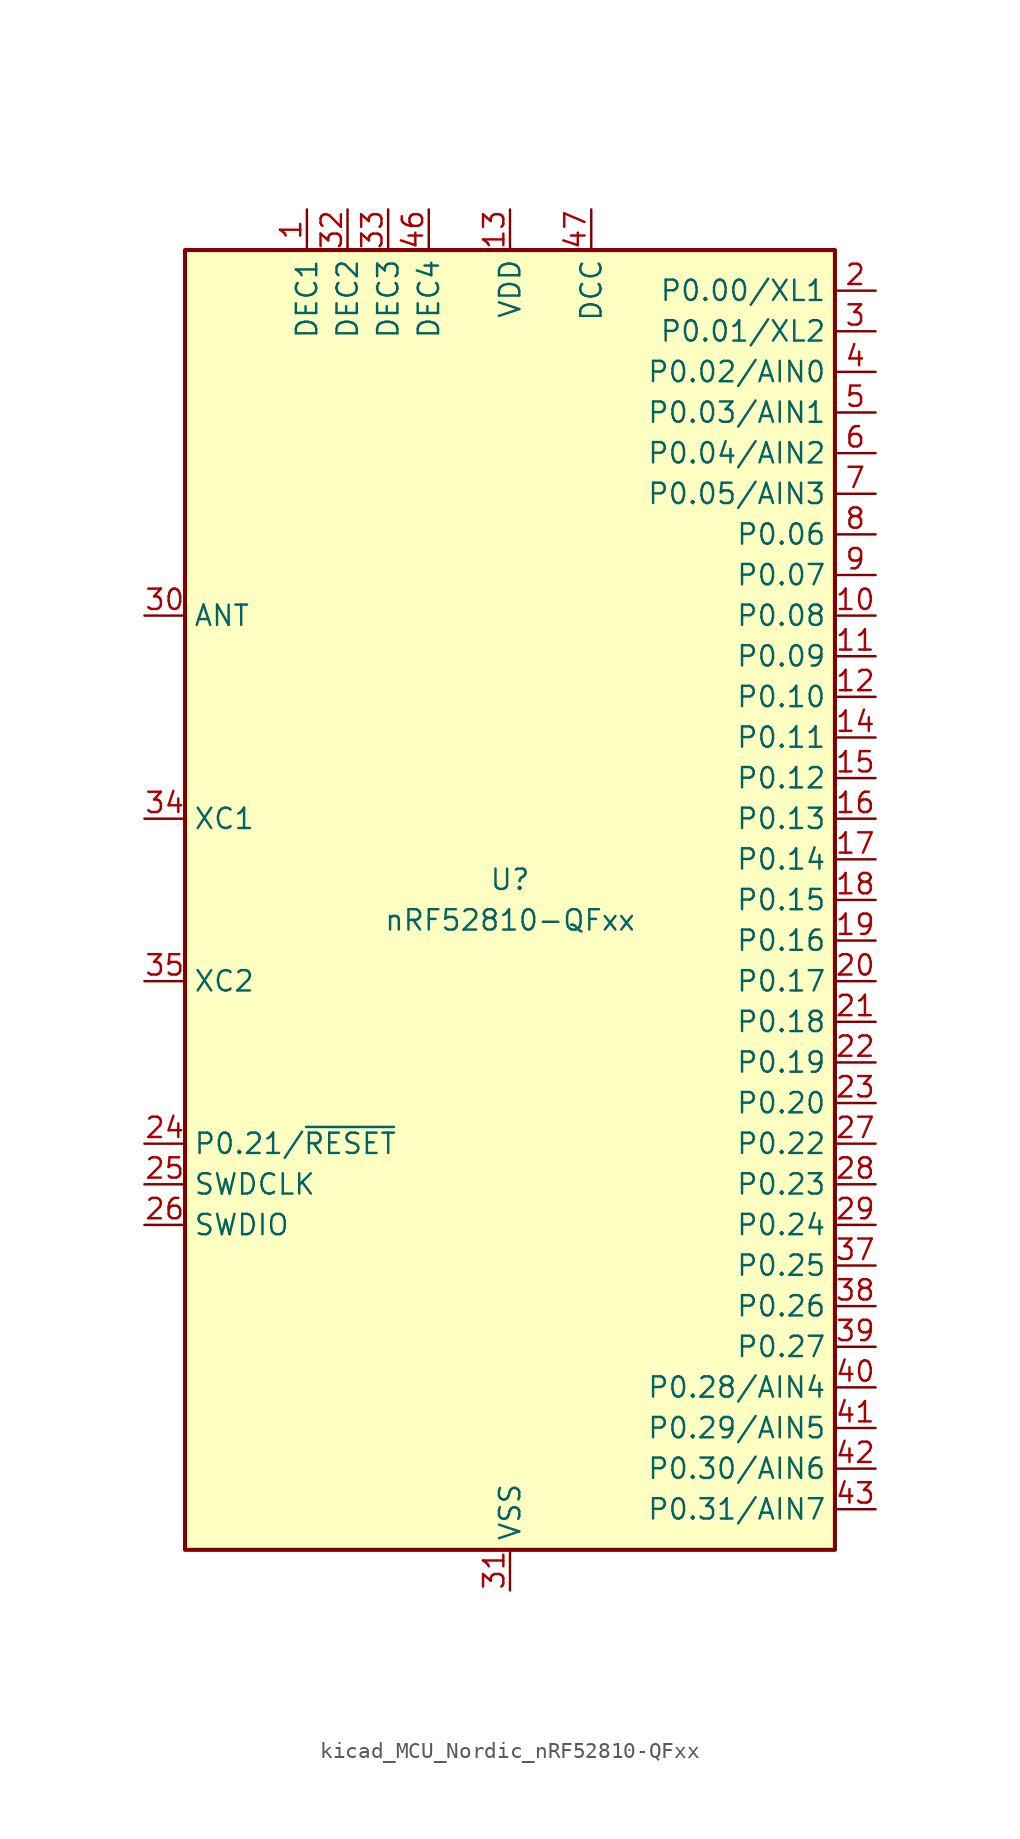
<source format=kicad_sym>
(kicad_symbol_lib
  (version 20220914)
  (generator kicad_symbol_editor)
  (symbol "kicad_MCU_Nordic_nRF52810-QFxx"
    (property "Reference" "U"
      (at 0 1.27 0)
      (effects (font (size 1.27 1.27))))
    (property "Value" "nRF52810-QFxx"
      (at 0 -1.27 0)
      (effects (font (size 1.27 1.27))))
    (symbol "kicad_MCU_Nordic_nRF52810-QFxx_0_1"
      (rectangle (start -20.32 40.64) (end 20.32 -40.64) (stroke (width 0.254) (type default)) (fill (type background))))
    (symbol "kicad_MCU_Nordic_nRF52810-QFxx_1_1"
      (pin passive line (at -12.7 43.18 270) (length 2.54) (name "DEC1" (effects (font (size 1.27 1.27)))) (number "1" (effects (font (size 1.27 1.27)))))
      (pin bidirectional line (at 22.86 17.78 180) (length 2.54) (name "P0.08" (effects (font (size 1.27 1.27)))) (number "10" (effects (font (size 1.27 1.27)))))
      (pin bidirectional line (at 22.86 15.24 180) (length 2.54) (name "P0.09" (effects (font (size 1.27 1.27)))) (number "11" (effects (font (size 1.27 1.27)))))
      (pin bidirectional line (at 22.86 12.7 180) (length 2.54) (name "P0.10" (effects (font (size 1.27 1.27)))) (number "12" (effects (font (size 1.27 1.27)))))
      (pin power_in line (at 0 43.18 270) (length 2.54) (name "VDD" (effects (font (size 1.27 1.27)))) (number "13" (effects (font (size 1.27 1.27)))))
      (pin bidirectional line (at 22.86 10.16 180) (length 2.54) (name "P0.11" (effects (font (size 1.27 1.27)))) (number "14" (effects (font (size 1.27 1.27)))))
      (pin bidirectional line (at 22.86 7.62 180) (length 2.54) (name "P0.12" (effects (font (size 1.27 1.27)))) (number "15" (effects (font (size 1.27 1.27)))))
      (pin bidirectional line (at 22.86 5.08 180) (length 2.54) (name "P0.13" (effects (font (size 1.27 1.27)))) (number "16" (effects (font (size 1.27 1.27)))))
      (pin bidirectional line (at 22.86 2.54 180) (length 2.54) (name "P0.14" (effects (font (size 1.27 1.27)))) (number "17" (effects (font (size 1.27 1.27)))))
      (pin bidirectional line (at 22.86 0 180) (length 2.54) (name "P0.15" (effects (font (size 1.27 1.27)))) (number "18" (effects (font (size 1.27 1.27)))))
      (pin bidirectional line (at 22.86 -2.54 180) (length 2.54) (name "P0.16" (effects (font (size 1.27 1.27)))) (number "19" (effects (font (size 1.27 1.27)))))
      (pin bidirectional line (at 22.86 38.1 180) (length 2.54) (name "P0.00/XL1" (effects (font (size 1.27 1.27)))) (number "2" (effects (font (size 1.27 1.27)))))
      (pin bidirectional line (at 22.86 -5.08 180) (length 2.54) (name "P0.17" (effects (font (size 1.27 1.27)))) (number "20" (effects (font (size 1.27 1.27)))))
      (pin bidirectional line (at 22.86 -7.62 180) (length 2.54) (name "P0.18" (effects (font (size 1.27 1.27)))) (number "21" (effects (font (size 1.27 1.27)))))
      (pin bidirectional line (at 22.86 -10.16 180) (length 2.54) (name "P0.19" (effects (font (size 1.27 1.27)))) (number "22" (effects (font (size 1.27 1.27)))))
      (pin bidirectional line (at 22.86 -12.7 180) (length 2.54) (name "P0.20" (effects (font (size 1.27 1.27)))) (number "23" (effects (font (size 1.27 1.27)))))
      (pin bidirectional line (at -22.86 -15.24 0) (length 2.54) (name "P0.21/~{RESET}" (effects (font (size 1.27 1.27)))) (number "24" (effects (font (size 1.27 1.27)))))
      (pin input line (at -22.86 -17.78 0) (length 2.54) (name "SWDCLK" (effects (font (size 1.27 1.27)))) (number "25" (effects (font (size 1.27 1.27)))))
      (pin bidirectional line (at -22.86 -20.32 0) (length 2.54) (name "SWDIO" (effects (font (size 1.27 1.27)))) (number "26" (effects (font (size 1.27 1.27)))))
      (pin bidirectional line (at 22.86 -15.24 180) (length 2.54) (name "P0.22" (effects (font (size 1.27 1.27)))) (number "27" (effects (font (size 1.27 1.27)))))
      (pin bidirectional line (at 22.86 -17.78 180) (length 2.54) (name "P0.23" (effects (font (size 1.27 1.27)))) (number "28" (effects (font (size 1.27 1.27)))))
      (pin bidirectional line (at 22.86 -20.32 180) (length 2.54) (name "P0.24" (effects (font (size 1.27 1.27)))) (number "29" (effects (font (size 1.27 1.27)))))
      (pin bidirectional line (at 22.86 35.56 180) (length 2.54) (name "P0.01/XL2" (effects (font (size 1.27 1.27)))) (number "3" (effects (font (size 1.27 1.27)))))
      (pin passive line (at -22.86 17.78 0) (length 2.54) (name "ANT" (effects (font (size 1.27 1.27)))) (number "30" (effects (font (size 1.27 1.27)))))
      (pin power_in line (at 0 -43.18 90) (length 2.54) (name "VSS" (effects (font (size 1.27 1.27)))) (number "31" (effects (font (size 1.27 1.27)))))
      (pin passive line (at -10.16 43.18 270) (length 2.54) (name "DEC2" (effects (font (size 1.27 1.27)))) (number "32" (effects (font (size 1.27 1.27)))))
      (pin passive line (at -7.62 43.18 270) (length 2.54) (name "DEC3" (effects (font (size 1.27 1.27)))) (number "33" (effects (font (size 1.27 1.27)))))
      (pin input line (at -22.86 5.08 0) (length 2.54) (name "XC1" (effects (font (size 1.27 1.27)))) (number "34" (effects (font (size 1.27 1.27)))))
      (pin input line (at -22.86 -5.08 0) (length 2.54) (name "XC2" (effects (font (size 1.27 1.27)))) (number "35" (effects (font (size 1.27 1.27)))))
      (pin passive line (at 0 43.18 270) (length 2.54) hide (name "VDD" (effects (font (size 1.27 1.27)))) (number "36" (effects (font (size 1.27 1.27)))))
      (pin bidirectional line (at 22.86 -22.86 180) (length 2.54) (name "P0.25" (effects (font (size 1.27 1.27)))) (number "37" (effects (font (size 1.27 1.27)))))
      (pin bidirectional line (at 22.86 -25.4 180) (length 2.54) (name "P0.26" (effects (font (size 1.27 1.27)))) (number "38" (effects (font (size 1.27 1.27)))))
      (pin bidirectional line (at 22.86 -27.94 180) (length 2.54) (name "P0.27" (effects (font (size 1.27 1.27)))) (number "39" (effects (font (size 1.27 1.27)))))
      (pin bidirectional line (at 22.86 33.02 180) (length 2.54) (name "P0.02/AIN0" (effects (font (size 1.27 1.27)))) (number "4" (effects (font (size 1.27 1.27)))))
      (pin bidirectional line (at 22.86 -30.48 180) (length 2.54) (name "P0.28/AIN4" (effects (font (size 1.27 1.27)))) (number "40" (effects (font (size 1.27 1.27)))))
      (pin bidirectional line (at 22.86 -33.02 180) (length 2.54) (name "P0.29/AIN5" (effects (font (size 1.27 1.27)))) (number "41" (effects (font (size 1.27 1.27)))))
      (pin bidirectional line (at 22.86 -35.56 180) (length 2.54) (name "P0.30/AIN6" (effects (font (size 1.27 1.27)))) (number "42" (effects (font (size 1.27 1.27)))))
      (pin bidirectional line (at 22.86 -38.1 180) (length 2.54) (name "P0.31/AIN7" (effects (font (size 1.27 1.27)))) (number "43" (effects (font (size 1.27 1.27)))))
      (pin no_connect line (at -20.32 -30.48 0) (length 2.54) hide (name "NC" (effects (font (size 1.27 1.27)))) (number "44" (effects (font (size 1.27 1.27)))))
      (pin passive line (at 0 -43.18 90) (length 2.54) hide (name "VSS" (effects (font (size 1.27 1.27)))) (number "45" (effects (font (size 1.27 1.27)))))
      (pin passive line (at -5.08 43.18 270) (length 2.54) (name "DEC4" (effects (font (size 1.27 1.27)))) (number "46" (effects (font (size 1.27 1.27)))))
      (pin power_out line (at 5.08 43.18 270) (length 2.54) (name "DCC" (effects (font (size 1.27 1.27)))) (number "47" (effects (font (size 1.27 1.27)))))
      (pin passive line (at 0 43.18 270) (length 2.54) hide (name "VDD" (effects (font (size 1.27 1.27)))) (number "48" (effects (font (size 1.27 1.27)))))
      (pin passive line (at 0 -43.18 90) (length 2.54) hide (name "VSS" (effects (font (size 1.27 1.27)))) (number "49" (effects (font (size 1.27 1.27)))))
      (pin bidirectional line (at 22.86 30.48 180) (length 2.54) (name "P0.03/AIN1" (effects (font (size 1.27 1.27)))) (number "5" (effects (font (size 1.27 1.27)))))
      (pin bidirectional line (at 22.86 27.94 180) (length 2.54) (name "P0.04/AIN2" (effects (font (size 1.27 1.27)))) (number "6" (effects (font (size 1.27 1.27)))))
      (pin bidirectional line (at 22.86 25.4 180) (length 2.54) (name "P0.05/AIN3" (effects (font (size 1.27 1.27)))) (number "7" (effects (font (size 1.27 1.27)))))
      (pin bidirectional line (at 22.86 22.86 180) (length 2.54) (name "P0.06" (effects (font (size 1.27 1.27)))) (number "8" (effects (font (size 1.27 1.27)))))
      (pin bidirectional line (at 22.86 20.32 180) (length 2.54) (name "P0.07" (effects (font (size 1.27 1.27)))) (number "9" (effects (font (size 1.27 1.27))))))))
</source>
